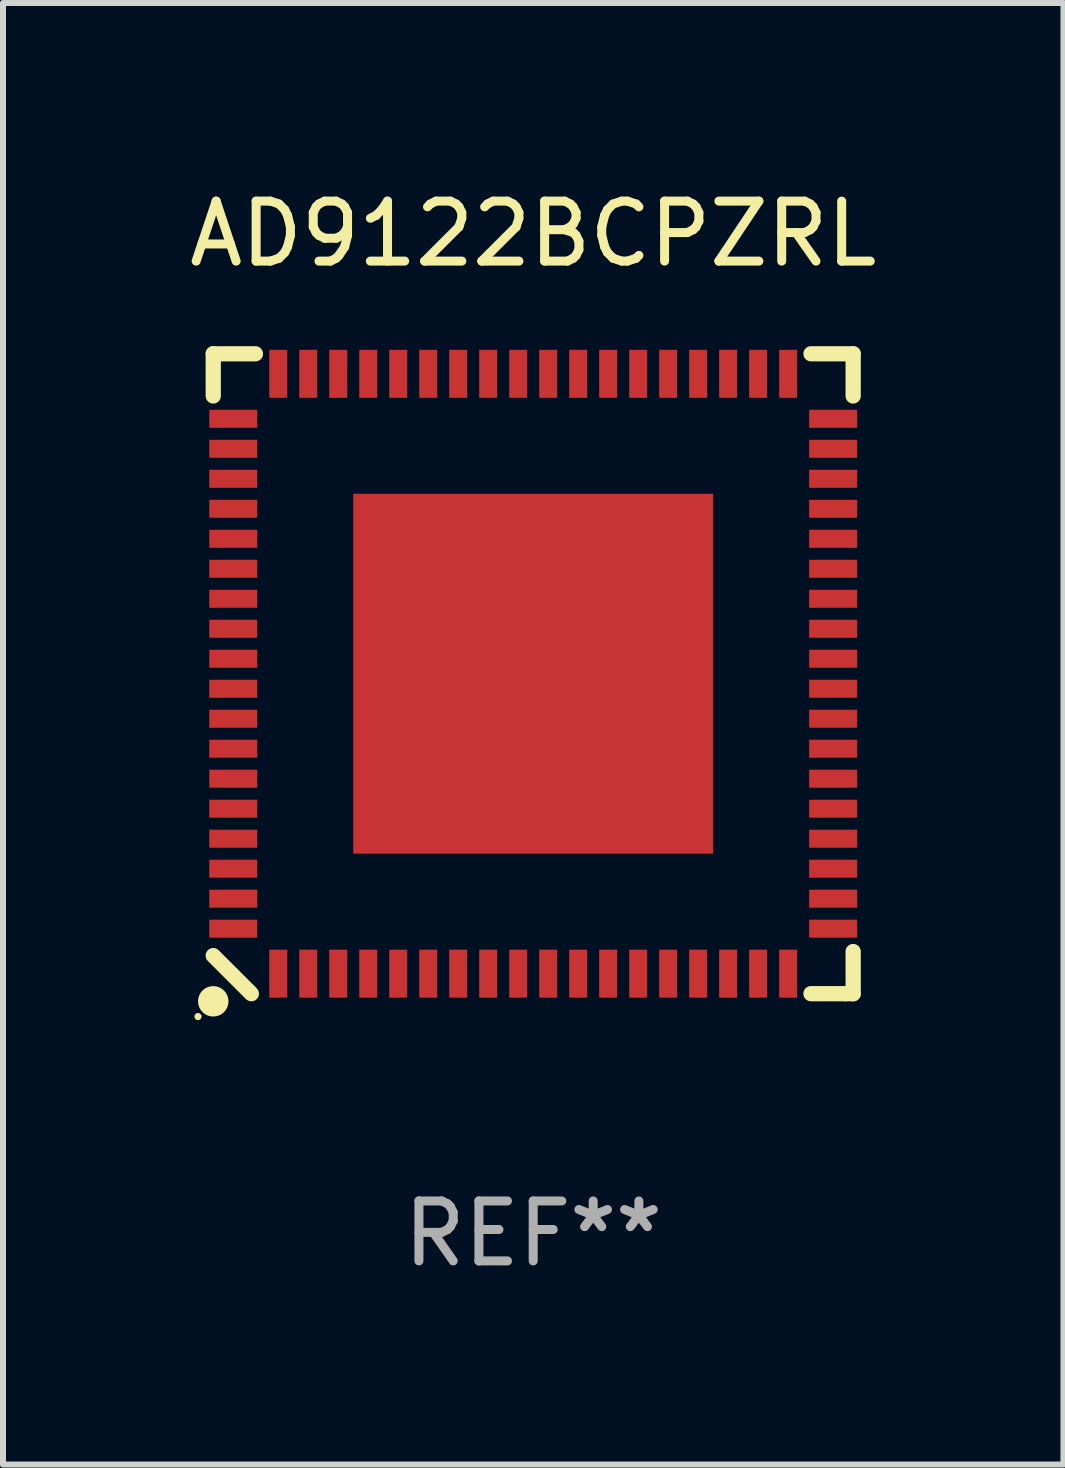
<source format=kicad_pcb>
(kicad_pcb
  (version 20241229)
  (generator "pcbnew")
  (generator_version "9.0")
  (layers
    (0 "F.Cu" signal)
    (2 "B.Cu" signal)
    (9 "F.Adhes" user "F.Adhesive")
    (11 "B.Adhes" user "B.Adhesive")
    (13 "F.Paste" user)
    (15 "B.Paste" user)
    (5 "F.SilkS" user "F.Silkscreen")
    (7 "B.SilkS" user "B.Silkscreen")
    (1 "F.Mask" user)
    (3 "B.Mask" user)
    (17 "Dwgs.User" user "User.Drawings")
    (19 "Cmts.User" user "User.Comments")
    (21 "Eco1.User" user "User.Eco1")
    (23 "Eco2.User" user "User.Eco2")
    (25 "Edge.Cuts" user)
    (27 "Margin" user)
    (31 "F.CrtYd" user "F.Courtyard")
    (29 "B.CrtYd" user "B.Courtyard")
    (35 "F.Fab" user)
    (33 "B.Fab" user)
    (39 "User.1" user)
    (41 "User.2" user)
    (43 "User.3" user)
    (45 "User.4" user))
  (footprint "AD9122BCPZRL"
    (layer "F.Cu")
    (at 5.839 8.182)
    (property "Reference" "AD9122BCPZRL" (at 0 -7.334 0) (layer "F.SilkS") (effects (font (size 1 1) (thickness 0.15))))
    (attr through_hole)
    (fp_line (start -5.334 -5.334) (end -4.631 -5.334) (stroke (width 0.254) (type solid)) (layer "F.SilkS"))
    (fp_line (start -5.334 -4.631) (end -5.334 -5.334) (stroke (width 0.254) (type solid)) (layer "F.SilkS"))
    (fp_line (start -5.334 4.699) (end -4.699 5.334) (stroke (width 0.254) (type solid)) (layer "F.SilkS"))
    (fp_line (start 4.631 5.334) (end 5.207 5.334) (stroke (width 0.254) (type solid)) (layer "F.SilkS"))
    (fp_line (start 5.207 5.334) (end 5.334 5.334) (stroke (width 0.254) (type solid)) (layer "F.SilkS"))
    (fp_line (start 5.334 -5.334) (end 4.631 -5.334) (stroke (width 0.254) (type solid)) (layer "F.SilkS"))
    (fp_line (start 5.334 -4.631) (end 5.334 -5.334) (stroke (width 0.254) (type solid)) (layer "F.SilkS"))
    (fp_line (start 5.334 5.334) (end 5.334 4.631) (stroke (width 0.254) (type solid)) (layer "F.SilkS"))
    (fp_circle (center -5.588 5.715) (end -5.558 5.715) (stroke (width 0.06) (type solid)) (fill no) (layer "F.SilkS"))
    (fp_circle (center -5.334 5.461) (end -5.207 5.461) (stroke (width 0.254) (type solid)) (fill no) (layer "F.SilkS"))
    (fp_text user "REF**" (at 0 9.334 0) (layer "F.Fab") (effects (font (size 1 1) (thickness 0.15))))
    (pad "1" smd rect (at -4.25 5 90) (size 0.8 0.3) (layers "F.Cu" "F.Mask" "F.Paste"))
    (pad "2" smd rect (at -3.75 5 90) (size 0.8 0.3) (layers "F.Cu" "F.Mask" "F.Paste"))
    (pad "3" smd rect (at -3.25 5 90) (size 0.8 0.3) (layers "F.Cu" "F.Mask" "F.Paste"))
    (pad "4" smd rect (at -2.75 5 90) (size 0.8 0.3) (layers "F.Cu" "F.Mask" "F.Paste"))
    (pad "5" smd rect (at -2.25 5 90) (size 0.8 0.3) (layers "F.Cu" "F.Mask" "F.Paste"))
    (pad "6" smd rect (at -1.75 5 90) (size 0.8 0.3) (layers "F.Cu" "F.Mask" "F.Paste"))
    (pad "7" smd rect (at -1.25 5 90) (size 0.8 0.3) (layers "F.Cu" "F.Mask" "F.Paste"))
    (pad "8" smd rect (at -0.75 5 90) (size 0.8 0.3) (layers "F.Cu" "F.Mask" "F.Paste"))
    (pad "9" smd rect (at -0.25 5 90) (size 0.8 0.3) (layers "F.Cu" "F.Mask" "F.Paste"))
    (pad "10" smd rect (at 0.25 5 90) (size 0.8 0.3) (layers "F.Cu" "F.Mask" "F.Paste"))
    (pad "11" smd rect (at 0.75 5 90) (size 0.8 0.3) (layers "F.Cu" "F.Mask" "F.Paste"))
    (pad "12" smd rect (at 1.25 5 90) (size 0.8 0.3) (layers "F.Cu" "F.Mask" "F.Paste"))
    (pad "13" smd rect (at 1.75 5 90) (size 0.8 0.3) (layers "F.Cu" "F.Mask" "F.Paste"))
    (pad "14" smd rect (at 2.25 5 90) (size 0.8 0.3) (layers "F.Cu" "F.Mask" "F.Paste"))
    (pad "15" smd rect (at 2.75 5 90) (size 0.8 0.3) (layers "F.Cu" "F.Mask" "F.Paste"))
    (pad "16" smd rect (at 3.25 5 90) (size 0.8 0.3) (layers "F.Cu" "F.Mask" "F.Paste"))
    (pad "17" smd rect (at 3.75 5 90) (size 0.8 0.3) (layers "F.Cu" "F.Mask" "F.Paste"))
    (pad "18" smd rect (at 4.25 5 90) (size 0.8 0.3) (layers "F.Cu" "F.Mask" "F.Paste"))
    (pad "19" smd rect (at 5 4.25 180) (size 0.8 0.3) (layers "F.Cu" "F.Mask" "F.Paste"))
    (pad "20" smd rect (at 5 3.75 180) (size 0.8 0.3) (layers "F.Cu" "F.Mask" "F.Paste"))
    (pad "21" smd rect (at 5 3.25 180) (size 0.8 0.3) (layers "F.Cu" "F.Mask" "F.Paste"))
    (pad "22" smd rect (at 5 2.75 180) (size 0.8 0.3) (layers "F.Cu" "F.Mask" "F.Paste"))
    (pad "23" smd rect (at 5 2.25 180) (size 0.8 0.3) (layers "F.Cu" "F.Mask" "F.Paste"))
    (pad "24" smd rect (at 5 1.75 180) (size 0.8 0.3) (layers "F.Cu" "F.Mask" "F.Paste"))
    (pad "25" smd rect (at 5 1.25 180) (size 0.8 0.3) (layers "F.Cu" "F.Mask" "F.Paste"))
    (pad "26" smd rect (at 5 0.75 180) (size 0.8 0.3) (layers "F.Cu" "F.Mask" "F.Paste"))
    (pad "27" smd rect (at 5 0.25 180) (size 0.8 0.3) (layers "F.Cu" "F.Mask" "F.Paste"))
    (pad "28" smd rect (at 5 -0.25 180) (size 0.8 0.3) (layers "F.Cu" "F.Mask" "F.Paste"))
    (pad "29" smd rect (at 5 -0.75 180) (size 0.8 0.3) (layers "F.Cu" "F.Mask" "F.Paste"))
    (pad "30" smd rect (at 5 -1.25 180) (size 0.8 0.3) (layers "F.Cu" "F.Mask" "F.Paste"))
    (pad "31" smd rect (at 5 -1.75 180) (size 0.8 0.3) (layers "F.Cu" "F.Mask" "F.Paste"))
    (pad "32" smd rect (at 5 -2.25 180) (size 0.8 0.3) (layers "F.Cu" "F.Mask" "F.Paste"))
    (pad "33" smd rect (at 5 -2.75 180) (size 0.8 0.3) (layers "F.Cu" "F.Mask" "F.Paste"))
    (pad "34" smd rect (at 5 -3.25 180) (size 0.8 0.3) (layers "F.Cu" "F.Mask" "F.Paste"))
    (pad "35" smd rect (at 5 -3.75 180) (size 0.8 0.3) (layers "F.Cu" "F.Mask" "F.Paste"))
    (pad "36" smd rect (at 5 -4.25 180) (size 0.8 0.3) (layers "F.Cu" "F.Mask" "F.Paste"))
    (pad "37" smd rect (at 4.25 -5 270) (size 0.8 0.3) (layers "F.Cu" "F.Mask" "F.Paste"))
    (pad "38" smd rect (at 3.75 -5 270) (size 0.8 0.3) (layers "F.Cu" "F.Mask" "F.Paste"))
    (pad "39" smd rect (at 3.25 -5 270) (size 0.8 0.3) (layers "F.Cu" "F.Mask" "F.Paste"))
    (pad "40" smd rect (at 2.75 -5 270) (size 0.8 0.3) (layers "F.Cu" "F.Mask" "F.Paste"))
    (pad "41" smd rect (at 2.25 -5 270) (size 0.8 0.3) (layers "F.Cu" "F.Mask" "F.Paste"))
    (pad "42" smd rect (at 1.75 -5 270) (size 0.8 0.3) (layers "F.Cu" "F.Mask" "F.Paste"))
    (pad "43" smd rect (at 1.25 -5 270) (size 0.8 0.3) (layers "F.Cu" "F.Mask" "F.Paste"))
    (pad "44" smd rect (at 0.75 -5 270) (size 0.8 0.3) (layers "F.Cu" "F.Mask" "F.Paste"))
    (pad "45" smd rect (at 0.25 -5 270) (size 0.8 0.3) (layers "F.Cu" "F.Mask" "F.Paste"))
    (pad "46" smd rect (at -0.25 -5 270) (size 0.8 0.3) (layers "F.Cu" "F.Mask" "F.Paste"))
    (pad "47" smd rect (at -0.75 -5 270) (size 0.8 0.3) (layers "F.Cu" "F.Mask" "F.Paste"))
    (pad "48" smd rect (at -1.25 -5 270) (size 0.8 0.3) (layers "F.Cu" "F.Mask" "F.Paste"))
    (pad "49" smd rect (at -1.75 -5 270) (size 0.8 0.3) (layers "F.Cu" "F.Mask" "F.Paste"))
    (pad "50" smd rect (at -2.25 -5 270) (size 0.8 0.3) (layers "F.Cu" "F.Mask" "F.Paste"))
    (pad "51" smd rect (at -2.75 -5 270) (size 0.8 0.3) (layers "F.Cu" "F.Mask" "F.Paste"))
    (pad "52" smd rect (at -3.25 -5 270) (size 0.8 0.3) (layers "F.Cu" "F.Mask" "F.Paste"))
    (pad "53" smd rect (at -3.75 -5 270) (size 0.8 0.3) (layers "F.Cu" "F.Mask" "F.Paste"))
    (pad "54" smd rect (at -4.25 -5 270) (size 0.8 0.3) (layers "F.Cu" "F.Mask" "F.Paste"))
    (pad "55" smd rect (at -5 -4.25) (size 0.8 0.3) (layers "F.Cu" "F.Mask" "F.Paste"))
    (pad "56" smd rect (at -5 -3.75) (size 0.8 0.3) (layers "F.Cu" "F.Mask" "F.Paste"))
    (pad "57" smd rect (at -5 -3.25) (size 0.8 0.3) (layers "F.Cu" "F.Mask" "F.Paste"))
    (pad "58" smd rect (at -5 -2.75) (size 0.8 0.3) (layers "F.Cu" "F.Mask" "F.Paste"))
    (pad "59" smd rect (at -5 -2.25) (size 0.8 0.3) (layers "F.Cu" "F.Mask" "F.Paste"))
    (pad "60" smd rect (at -5 -1.75) (size 0.8 0.3) (layers "F.Cu" "F.Mask" "F.Paste"))
    (pad "61" smd rect (at -5 -1.25) (size 0.8 0.3) (layers "F.Cu" "F.Mask" "F.Paste"))
    (pad "62" smd rect (at -5 -0.75) (size 0.8 0.3) (layers "F.Cu" "F.Mask" "F.Paste"))
    (pad "63" smd rect (at -5 -0.25) (size 0.8 0.3) (layers "F.Cu" "F.Mask" "F.Paste"))
    (pad "64" smd rect (at -5 0.25) (size 0.8 0.3) (layers "F.Cu" "F.Mask" "F.Paste"))
    (pad "65" smd rect (at -5 0.75) (size 0.8 0.3) (layers "F.Cu" "F.Mask" "F.Paste"))
    (pad "66" smd rect (at -5 1.25) (size 0.8 0.3) (layers "F.Cu" "F.Mask" "F.Paste"))
    (pad "67" smd rect (at -5 1.75) (size 0.8 0.3) (layers "F.Cu" "F.Mask" "F.Paste"))
    (pad "68" smd rect (at -5 2.25) (size 0.8 0.3) (layers "F.Cu" "F.Mask" "F.Paste"))
    (pad "69" smd rect (at -5 2.75) (size 0.8 0.3) (layers "F.Cu" "F.Mask" "F.Paste"))
    (pad "70" smd rect (at -5 3.25) (size 0.8 0.3) (layers "F.Cu" "F.Mask" "F.Paste"))
    (pad "71" smd rect (at -5 3.75) (size 0.8 0.3) (layers "F.Cu" "F.Mask" "F.Paste"))
    (pad "72" smd rect (at -5 4.25) (size 0.8 0.3) (layers "F.Cu" "F.Mask" "F.Paste"))
    (pad "73" smd rect (at -0.000127 0 180) (size 6 6) (layers "F.Cu" "F.Mask" "F.Paste")))
  (gr_rect
    (start -3 -3)
    (end 14.679 21.365)
    (stroke (width 0.1) (type default))
    (fill no)
    (layer "Edge.Cuts")))
</source>
